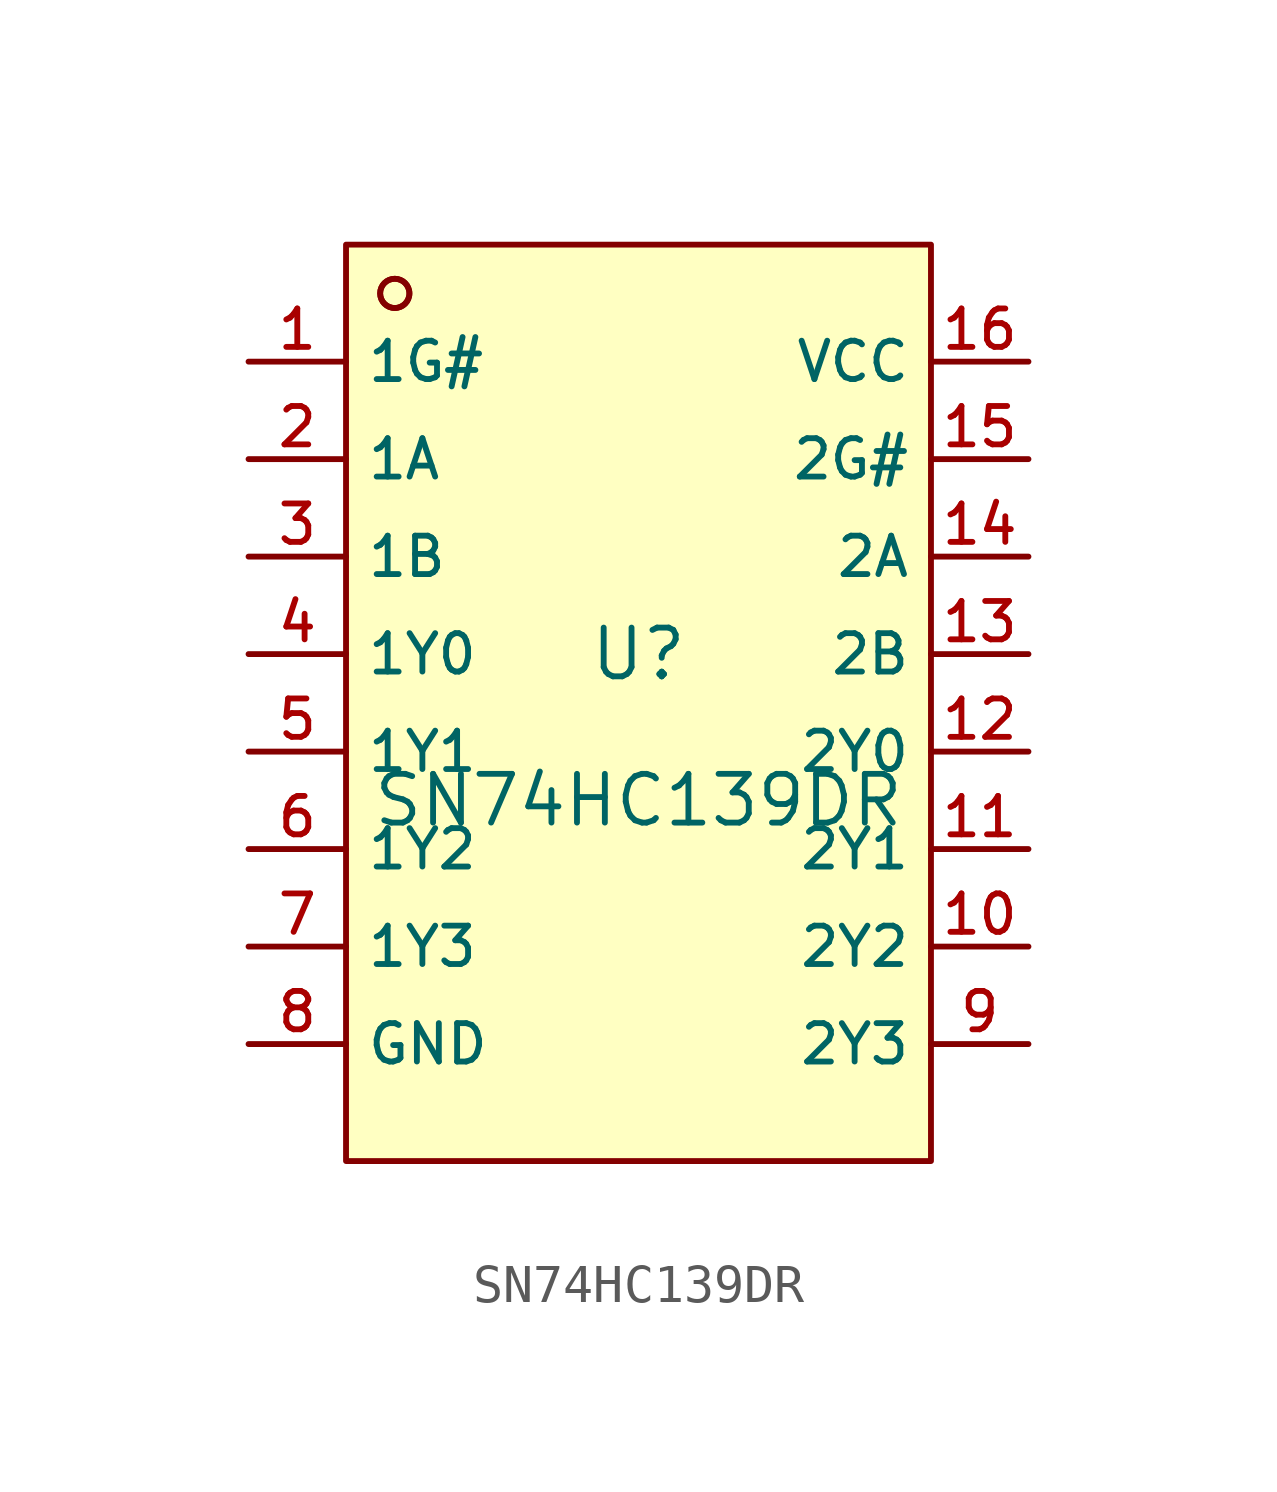
<source format=kicad_sym>
(kicad_symbol_lib
  (version 20210201)
  (generator TousstNicolas/JLC2KiCad_lib)
  (symbol "SN74HC139DR"
    (property "Reference" "U"
      (at 0 1.27 0)
      (effects (font (size 1.27 1.27))))
    (property "Value" "SN74HC139DR"
      (at 0 -2.54 0)
      (effects (font (size 1.27 1.27))))
    (symbol "SN74HC139DR_0_1"
      (circle (center -6.35 10.668) (radius 0.381) (stroke (width 0) (type default) (color 0 0 0 0)) (fill (type background)))
      (rectangle (start -7.62 11.938) (end 7.62 -11.938) (stroke (width 0) (type default) (color 0 0 0 0)) (fill (type background)))
      (circle (center -6.35 10.668) (radius 0.381) (stroke (width 0) (type default) (color 0 0 0 0)) (fill (type background)))
      (pin unspecified line (at -10.16 8.89 0) (length 2.54) (name "1G#" (effects (font (size 1 1)))) (number "1" (effects (font (size 1 1)))))
      (pin unspecified line (at -10.16 6.35 0) (length 2.54) (name "1A" (effects (font (size 1 1)))) (number "2" (effects (font (size 1 1)))))
      (pin unspecified line (at -10.16 3.81 0) (length 2.54) (name "1B" (effects (font (size 1 1)))) (number "3" (effects (font (size 1 1)))))
      (pin unspecified line (at -10.16 1.27 0) (length 2.54) (name "1Y0" (effects (font (size 1 1)))) (number "4" (effects (font (size 1 1)))))
      (pin unspecified line (at -10.16 -1.27 0) (length 2.54) (name "1Y1" (effects (font (size 1 1)))) (number "5" (effects (font (size 1 1)))))
      (pin unspecified line (at -10.16 -3.81 0) (length 2.54) (name "1Y2" (effects (font (size 1 1)))) (number "6" (effects (font (size 1 1)))))
      (pin unspecified line (at -10.16 -6.35 0) (length 2.54) (name "1Y3" (effects (font (size 1 1)))) (number "7" (effects (font (size 1 1)))))
      (pin unspecified line (at -10.16 -8.89 0) (length 2.54) (name "GND" (effects (font (size 1 1)))) (number "8" (effects (font (size 1 1)))))
      (pin unspecified line (at 10.16 -8.89 180) (length 2.54) (name "2Y3" (effects (font (size 1 1)))) (number "9" (effects (font (size 1 1)))))
      (pin unspecified line (at 10.16 -6.35 180) (length 2.54) (name "2Y2" (effects (font (size 1 1)))) (number "10" (effects (font (size 1 1)))))
      (pin unspecified line (at 10.16 -3.81 180) (length 2.54) (name "2Y1" (effects (font (size 1 1)))) (number "11" (effects (font (size 1 1)))))
      (pin unspecified line (at 10.16 -1.27 180) (length 2.54) (name "2Y0" (effects (font (size 1 1)))) (number "12" (effects (font (size 1 1)))))
      (pin unspecified line (at 10.16 1.27 180) (length 2.54) (name "2B" (effects (font (size 1 1)))) (number "13" (effects (font (size 1 1)))))
      (pin unspecified line (at 10.16 3.81 180) (length 2.54) (name "2A" (effects (font (size 1 1)))) (number "14" (effects (font (size 1 1)))))
      (pin unspecified line (at 10.16 6.35 180) (length 2.54) (name "2G#" (effects (font (size 1 1)))) (number "15" (effects (font (size 1 1)))))
      (pin unspecified line (at 10.16 8.89 180) (length 2.54) (name "VCC" (effects (font (size 1 1)))) (number "16" (effects (font (size 1 1))))))))
</source>
